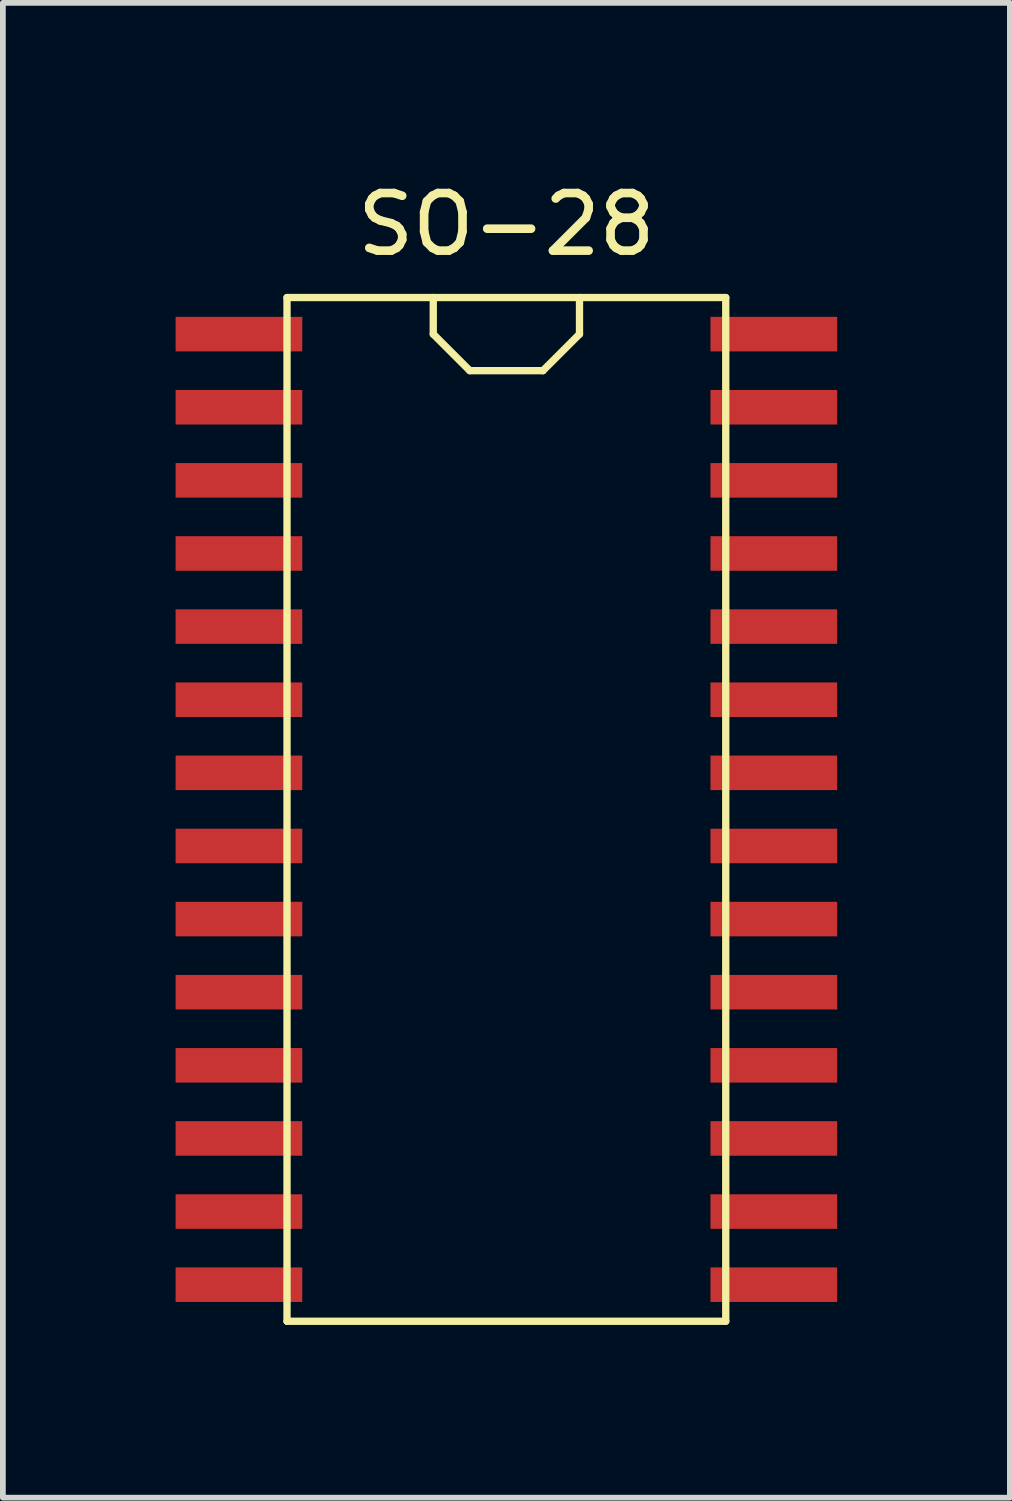
<source format=kicad_pcb>
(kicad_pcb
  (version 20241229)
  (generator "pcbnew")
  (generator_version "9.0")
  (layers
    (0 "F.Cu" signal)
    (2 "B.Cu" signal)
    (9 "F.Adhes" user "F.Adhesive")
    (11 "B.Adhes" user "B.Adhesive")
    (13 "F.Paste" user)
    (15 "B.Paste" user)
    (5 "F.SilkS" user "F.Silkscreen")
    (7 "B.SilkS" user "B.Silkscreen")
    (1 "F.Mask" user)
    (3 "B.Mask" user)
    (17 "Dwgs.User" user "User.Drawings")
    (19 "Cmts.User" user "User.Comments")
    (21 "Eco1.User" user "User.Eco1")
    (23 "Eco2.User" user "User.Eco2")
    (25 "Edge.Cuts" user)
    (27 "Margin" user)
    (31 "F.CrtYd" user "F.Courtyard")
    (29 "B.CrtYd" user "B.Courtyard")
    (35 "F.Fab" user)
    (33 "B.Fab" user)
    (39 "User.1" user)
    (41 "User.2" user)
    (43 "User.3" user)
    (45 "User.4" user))
  (footprint "SO-28"
    (layer "F.Cu")
    (at 5.11 10.373)
    (property "Reference" "SO-28" (at 0.635 -9.525 0) (layer "F.SilkS") (effects (font (size 1 1) (thickness 0.15))))
    (attr smd)
    (fp_line (start -3.175 -8.255) (end -0.635 -8.255) (stroke (width 0.127) (type solid)) (layer "F.SilkS"))
    (fp_line (start -3.175 9.525) (end -3.175 -8.255) (stroke (width 0.127) (type solid)) (layer "F.SilkS"))
    (fp_line (start -0.635 -8.255) (end -0.635 -7.62) (stroke (width 0.127) (type solid)) (layer "F.SilkS"))
    (fp_line (start -0.635 -8.255) (end 1.905 -8.255) (stroke (width 0.127) (type solid)) (layer "F.SilkS"))
    (fp_line (start -0.635 -7.62) (end 0 -6.985) (stroke (width 0.127) (type solid)) (layer "F.SilkS"))
    (fp_line (start 0 -6.985) (end 1.27 -6.985) (stroke (width 0.127) (type solid)) (layer "F.SilkS"))
    (fp_line (start 1.27 -6.985) (end 1.905 -7.62) (stroke (width 0.127) (type solid)) (layer "F.SilkS"))
    (fp_line (start 1.905 -8.255) (end 4.445 -8.255) (stroke (width 0.127) (type solid)) (layer "F.SilkS"))
    (fp_line (start 1.905 -7.62) (end 1.905 -8.255) (stroke (width 0.127) (type solid)) (layer "F.SilkS"))
    (fp_line (start 4.445 -8.255) (end 4.445 9.525) (stroke (width 0.127) (type solid)) (layer "F.SilkS"))
    (fp_line (start 4.445 9.525) (end -3.175 9.525) (stroke (width 0.127) (type solid)) (layer "F.SilkS"))
    (pad "1" smd rect (at -4.01 -7.62) (size 2.2 0.6) (layers "F.Cu" "F.Mask" "F.Paste"))
    (pad "2" smd rect (at -4.01 -6.35) (size 2.2 0.6) (layers "F.Cu" "F.Mask" "F.Paste"))
    (pad "3" smd rect (at -4.01 -5.08) (size 2.2 0.6) (layers "F.Cu" "F.Mask" "F.Paste"))
    (pad "4" smd rect (at -4.01 -3.81) (size 2.2 0.6) (layers "F.Cu" "F.Mask" "F.Paste"))
    (pad "5" smd rect (at -4.01 -2.54) (size 2.2 0.6) (layers "F.Cu" "F.Mask" "F.Paste"))
    (pad "6" smd rect (at -4.01 -1.27) (size 2.2 0.6) (layers "F.Cu" "F.Mask" "F.Paste"))
    (pad "7" smd rect (at -4.01 0) (size 2.2 0.6) (layers "F.Cu" "F.Mask" "F.Paste"))
    (pad "8" smd rect (at -4.01 1.27) (size 2.2 0.6) (layers "F.Cu" "F.Mask" "F.Paste"))
    (pad "9" smd rect (at -4.01 2.54) (size 2.2 0.6) (layers "F.Cu" "F.Mask" "F.Paste"))
    (pad "10" smd rect (at -4.01 3.81) (size 2.2 0.6) (layers "F.Cu" "F.Mask" "F.Paste"))
    (pad "11" smd rect (at -4.01 5.08) (size 2.2 0.6) (layers "F.Cu" "F.Mask" "F.Paste"))
    (pad "12" smd rect (at -4.01 6.35) (size 2.2 0.6) (layers "F.Cu" "F.Mask" "F.Paste"))
    (pad "13" smd rect (at -4.01 7.62) (size 2.2 0.6) (layers "F.Cu" "F.Mask" "F.Paste"))
    (pad "14" smd rect (at -4.01 8.89) (size 2.2 0.6) (layers "F.Cu" "F.Mask" "F.Paste"))
    (pad "15" smd rect (at 5.28 8.89 180) (size 2.2 0.6) (layers "F.Cu" "F.Mask" "F.Paste"))
    (pad "16" smd rect (at 5.28 7.62 180) (size 2.2 0.6) (layers "F.Cu" "F.Mask" "F.Paste"))
    (pad "17" smd rect (at 5.28 6.35 180) (size 2.2 0.6) (layers "F.Cu" "F.Mask" "F.Paste"))
    (pad "18" smd rect (at 5.28 5.08 180) (size 2.2 0.6) (layers "F.Cu" "F.Mask" "F.Paste"))
    (pad "19" smd rect (at 5.28 3.81 180) (size 2.2 0.6) (layers "F.Cu" "F.Mask" "F.Paste"))
    (pad "20" smd rect (at 5.28 2.54 180) (size 2.2 0.6) (layers "F.Cu" "F.Mask" "F.Paste"))
    (pad "21" smd rect (at 5.28 1.27 180) (size 2.2 0.6) (layers "F.Cu" "F.Mask" "F.Paste"))
    (pad "22" smd rect (at 5.28 0 180) (size 2.2 0.6) (layers "F.Cu" "F.Mask" "F.Paste"))
    (pad "23" smd rect (at 5.28 -1.27 180) (size 2.2 0.6) (layers "F.Cu" "F.Mask" "F.Paste"))
    (pad "24" smd rect (at 5.28 -2.54 180) (size 2.2 0.6) (layers "F.Cu" "F.Mask" "F.Paste"))
    (pad "25" smd rect (at 5.28 -3.81 180) (size 2.2 0.6) (layers "F.Cu" "F.Mask" "F.Paste"))
    (pad "26" smd rect (at 5.28 -5.08 180) (size 2.2 0.6) (layers "F.Cu" "F.Mask" "F.Paste"))
    (pad "27" smd rect (at 5.28 -6.35 180) (size 2.2 0.6) (layers "F.Cu" "F.Mask" "F.Paste"))
    (pad "28" smd rect (at 5.28 -7.62 180) (size 2.2 0.6) (layers "F.Cu" "F.Mask" "F.Paste")))
  (gr_rect
    (start -3 -3)
    (end 14.49 22.962)
    (stroke (width 0.1) (type default))
    (fill no)
    (layer "Edge.Cuts")))
</source>
